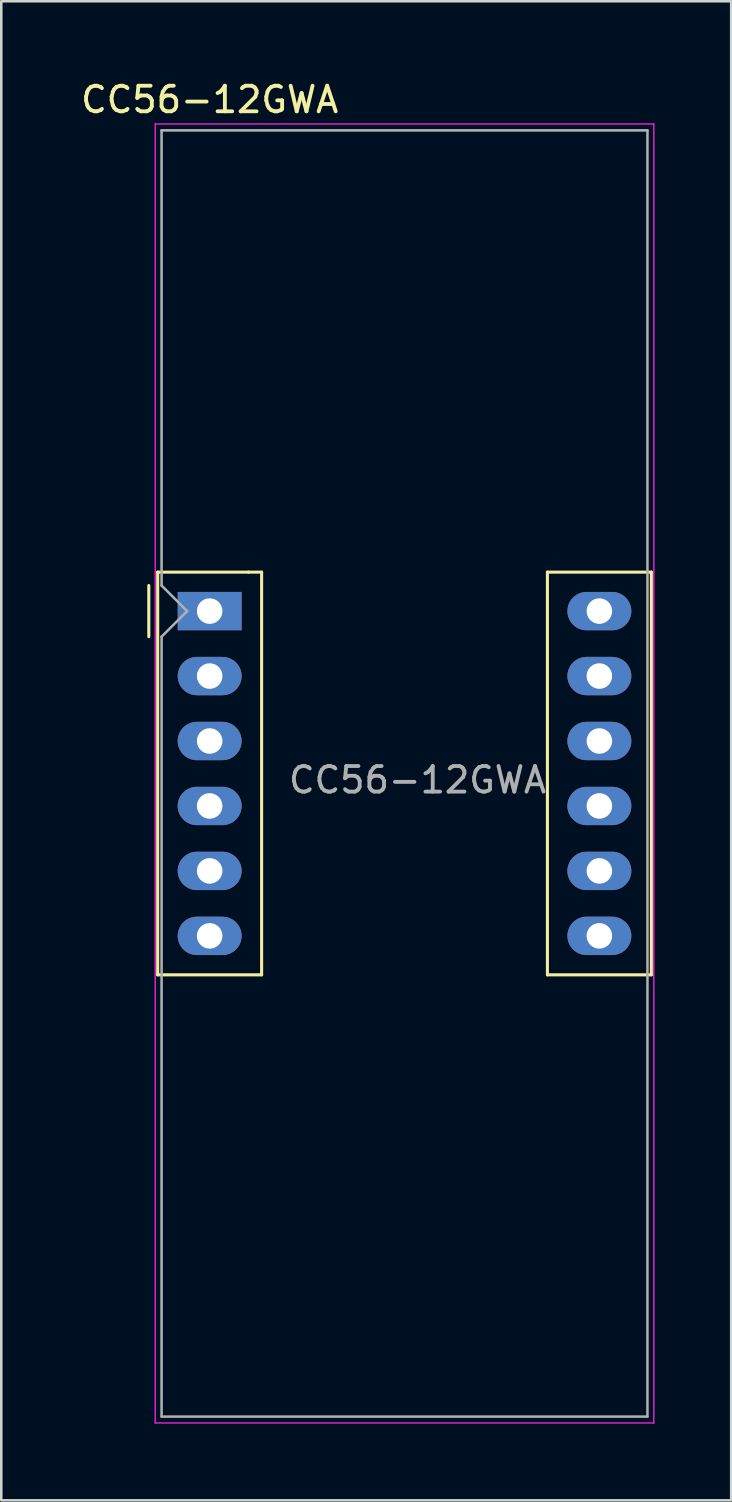
<source format=kicad_pcb>
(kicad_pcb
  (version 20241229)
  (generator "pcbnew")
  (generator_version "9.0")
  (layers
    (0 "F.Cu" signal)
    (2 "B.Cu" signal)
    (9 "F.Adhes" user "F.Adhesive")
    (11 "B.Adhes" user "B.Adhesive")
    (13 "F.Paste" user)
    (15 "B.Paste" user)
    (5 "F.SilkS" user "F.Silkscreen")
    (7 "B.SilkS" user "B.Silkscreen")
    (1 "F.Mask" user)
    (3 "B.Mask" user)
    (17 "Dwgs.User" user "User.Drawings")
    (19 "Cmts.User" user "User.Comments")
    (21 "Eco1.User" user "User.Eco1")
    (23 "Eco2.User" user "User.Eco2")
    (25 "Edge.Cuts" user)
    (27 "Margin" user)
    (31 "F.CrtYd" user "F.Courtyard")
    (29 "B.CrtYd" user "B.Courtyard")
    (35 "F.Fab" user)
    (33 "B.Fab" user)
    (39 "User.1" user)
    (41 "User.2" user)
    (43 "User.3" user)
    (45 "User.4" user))
  (footprint "CC56-12GWA"
    (layer "F.Cu")
    (at 5.149 20.848)
    (property "Reference" "CC56-12GWA" (at 0 -20 0) (layer "F.SilkS") (effects (font (size 1 1) (thickness 0.15))))
    (attr through_hole)
    (fp_line (start -2.38 -1) (end -2.38 1) (stroke (width 0.12) (type solid)) (layer "F.SilkS"))
    (fp_line (start -2.032 -1.524) (end 1.524 -1.524) (stroke (width 0.12) (type solid)) (layer "F.SilkS"))
    (fp_line (start -2.032 14.224) (end -2.032 -1.524) (stroke (width 0.12) (type solid)) (layer "F.SilkS"))
    (fp_line (start 1.524 -1.524) (end 2.032 -1.524) (stroke (width 0.12) (type solid)) (layer "F.SilkS"))
    (fp_line (start 2.032 -1.524) (end 2.032 14.224) (stroke (width 0.12) (type solid)) (layer "F.SilkS"))
    (fp_line (start 2.032 14.224) (end -2.032 14.224) (stroke (width 0.12) (type solid)) (layer "F.SilkS"))
    (fp_line (start 13.208 -1.524) (end 17.272 -1.524) (stroke (width 0.12) (type solid)) (layer "F.SilkS"))
    (fp_line (start 13.208 14.224) (end 13.208 -1.524) (stroke (width 0.12) (type solid)) (layer "F.SilkS"))
    (fp_line (start 17.272 -1.524) (end 17.272 14.224) (stroke (width 0.12) (type solid)) (layer "F.SilkS"))
    (fp_line (start 17.272 14.224) (end 13.208 14.224) (stroke (width 0.12) (type solid)) (layer "F.SilkS"))
    (fp_line (start -2.13 -19.05) (end 17.37 -19.05) (stroke (width 0.05) (type solid)) (layer "F.CrtYd"))
    (fp_line (start -2.13 31.75) (end -2.13 -19.05) (stroke (width 0.05) (type solid)) (layer "F.CrtYd"))
    (fp_line (start 17.37 -19.05) (end 17.37 31.75) (stroke (width 0.05) (type solid)) (layer "F.CrtYd"))
    (fp_line (start 17.37 31.75) (end -2.13 31.75) (stroke (width 0.05) (type solid)) (layer "F.CrtYd"))
    (fp_line (start -1.88 -18.8) (end 17.12 -18.8) (stroke (width 0.1) (type solid)) (layer "F.Fab"))
    (fp_line (start -1.88 -1) (end -1.88 -18.8) (stroke (width 0.1) (type solid)) (layer "F.Fab"))
    (fp_line (start -1.88 1) (end -1.88 31.5) (stroke (width 0.1) (type solid)) (layer "F.Fab"))
    (fp_line (start -1.88 1) (end -0.88 0) (stroke (width 0.1) (type solid)) (layer "F.Fab"))
    (fp_line (start -1.88 31.5) (end 17.12 31.5) (stroke (width 0.1) (type solid)) (layer "F.Fab"))
    (fp_line (start -0.88 0) (end -1.88 -1) (stroke (width 0.1) (type solid)) (layer "F.Fab"))
    (fp_line (start 17.12 -18.8) (end 17.12 31.5) (stroke (width 0.1) (type solid)) (layer "F.Fab"))
    (fp_text user "${REFERENCE}" (at 8.128 6.604 0) (layer "F.Fab") (effects (font (size 1 1) (thickness 0.15))))
    (pad "1" thru_hole rect (at 0 0) (size 2.5 1.5) (drill 1) (layers "*.Cu" "*.Mask"))
    (pad "2" thru_hole oval (at 0 2.54) (size 2.5 1.5) (drill 1) (layers "*.Cu" "*.Mask"))
    (pad "3" thru_hole oval (at 0 5.08) (size 2.5 1.5) (drill 1) (layers "*.Cu" "*.Mask"))
    (pad "4" thru_hole oval (at 0 7.62) (size 2.5 1.5) (drill 1) (layers "*.Cu" "*.Mask"))
    (pad "5" thru_hole oval (at 0 10.16) (size 2.5 1.5) (drill 1) (layers "*.Cu" "*.Mask"))
    (pad "6" thru_hole oval (at 0 12.7) (size 2.5 1.5) (drill 1) (layers "*.Cu" "*.Mask"))
    (pad "7" thru_hole oval (at 15.24 12.7) (size 2.5 1.5) (drill 1) (layers "*.Cu" "*.Mask"))
    (pad "8" thru_hole oval (at 15.24 10.16) (size 2.5 1.5) (drill 1) (layers "*.Cu" "*.Mask"))
    (pad "9" thru_hole oval (at 15.24 7.62) (size 2.5 1.5) (drill 1) (layers "*.Cu" "*.Mask"))
    (pad "10" thru_hole oval (at 15.24 5.08) (size 2.5 1.5) (drill 1) (layers "*.Cu" "*.Mask"))
    (pad "11" thru_hole oval (at 15.24 2.54) (size 2.5 1.5) (drill 1) (layers "*.Cu" "*.Mask"))
    (pad "12" thru_hole oval (at 15.24 0) (size 2.5 1.5) (drill 1) (layers "*.Cu" "*.Mask")))
  (gr_rect
    (start -3 -3)
    (end 25.544 55.623)
    (stroke (width 0.1) (type default))
    (fill no)
    (layer "Edge.Cuts")))
</source>
